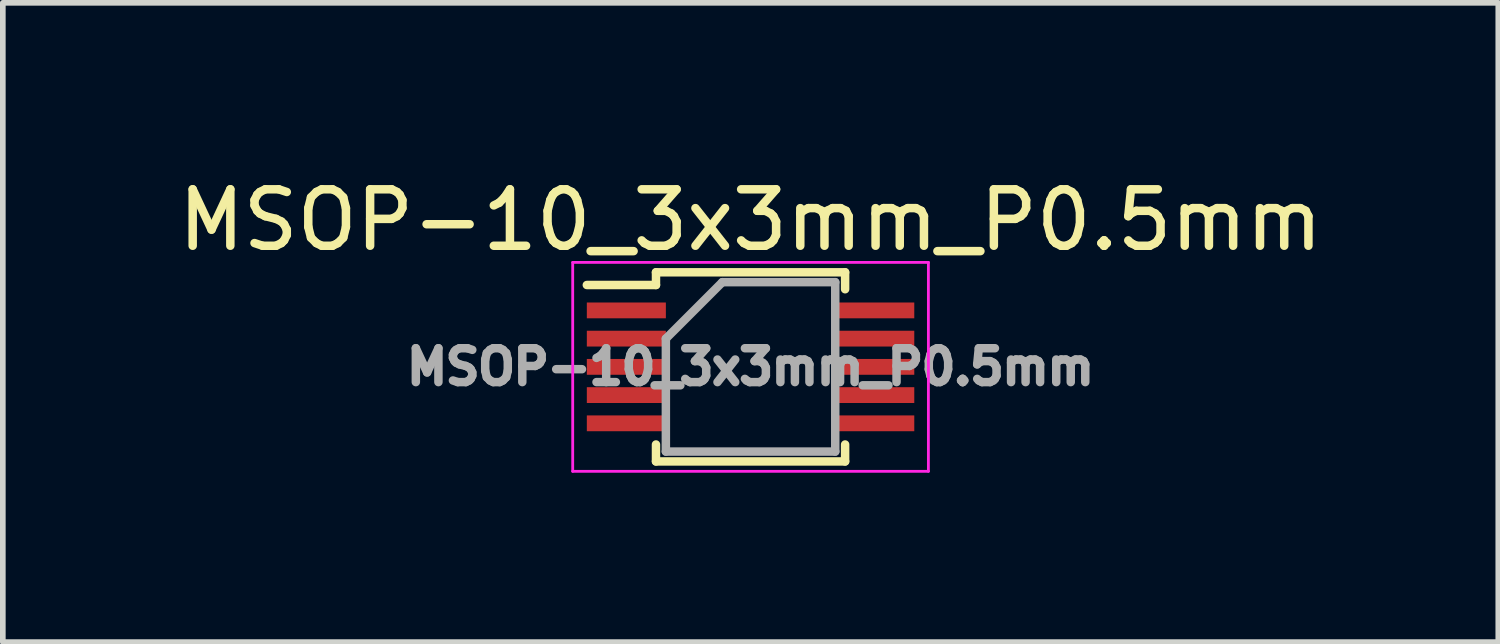
<source format=kicad_pcb>
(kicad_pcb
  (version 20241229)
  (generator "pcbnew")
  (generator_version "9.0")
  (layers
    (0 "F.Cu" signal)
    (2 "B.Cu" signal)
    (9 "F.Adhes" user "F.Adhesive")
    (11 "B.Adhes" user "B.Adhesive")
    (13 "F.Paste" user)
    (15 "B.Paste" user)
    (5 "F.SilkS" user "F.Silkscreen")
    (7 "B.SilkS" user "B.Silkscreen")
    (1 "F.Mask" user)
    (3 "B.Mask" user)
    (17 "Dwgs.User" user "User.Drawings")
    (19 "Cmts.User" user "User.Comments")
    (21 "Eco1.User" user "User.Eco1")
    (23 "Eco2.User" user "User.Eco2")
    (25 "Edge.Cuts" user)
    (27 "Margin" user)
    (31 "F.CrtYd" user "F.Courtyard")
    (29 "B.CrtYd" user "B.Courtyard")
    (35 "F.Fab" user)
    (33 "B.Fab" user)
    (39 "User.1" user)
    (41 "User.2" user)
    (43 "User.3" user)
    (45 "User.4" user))
  (footprint "MSOP-10_3x3mm_P0.5mm"
    (layer "F.Cu")
    (at 10.244 3.448)
    (property "Reference" "MSOP-10_3x3mm_P0.5mm" (at 0 -2.6 0) (layer "F.SilkS") (effects (font (size 1 1) (thickness 0.15))))
    (attr smd)
    (fp_line (start -1.675 -1.675) (end -1.675 -1.45) (stroke (width 0.15) (type solid)) (layer "F.SilkS"))
    (fp_line (start -1.675 -1.675) (end 1.675 -1.675) (stroke (width 0.15) (type solid)) (layer "F.SilkS"))
    (fp_line (start -1.675 -1.45) (end -2.9 -1.45) (stroke (width 0.15) (type solid)) (layer "F.SilkS"))
    (fp_line (start -1.675 1.675) (end -1.675 1.375) (stroke (width 0.15) (type solid)) (layer "F.SilkS"))
    (fp_line (start -1.675 1.675) (end 1.675 1.675) (stroke (width 0.15) (type solid)) (layer "F.SilkS"))
    (fp_line (start 1.675 -1.675) (end 1.675 -1.375) (stroke (width 0.15) (type solid)) (layer "F.SilkS"))
    (fp_line (start 1.675 1.675) (end 1.675 1.375) (stroke (width 0.15) (type solid)) (layer "F.SilkS"))
    (fp_line (start -3.15 -1.85) (end -3.15 1.85) (stroke (width 0.05) (type solid)) (layer "F.CrtYd"))
    (fp_line (start -3.15 -1.85) (end 3.15 -1.85) (stroke (width 0.05) (type solid)) (layer "F.CrtYd"))
    (fp_line (start -3.15 1.85) (end 3.15 1.85) (stroke (width 0.05) (type solid)) (layer "F.CrtYd"))
    (fp_line (start 3.15 -1.85) (end 3.15 1.85) (stroke (width 0.05) (type solid)) (layer "F.CrtYd"))
    (fp_line (start -1.5 -0.5) (end -0.5 -1.5) (stroke (width 0.15) (type solid)) (layer "F.Fab"))
    (fp_line (start -1.5 1.5) (end -1.5 -0.5) (stroke (width 0.15) (type solid)) (layer "F.Fab"))
    (fp_line (start -0.5 -1.5) (end 1.5 -1.5) (stroke (width 0.15) (type solid)) (layer "F.Fab"))
    (fp_line (start 1.5 -1.5) (end 1.5 1.5) (stroke (width 0.15) (type solid)) (layer "F.Fab"))
    (fp_line (start 1.5 1.5) (end -1.5 1.5) (stroke (width 0.15) (type solid)) (layer "F.Fab"))
    (fp_text user "${REFERENCE}" (at 0 0 0) (layer "F.Fab") (effects (font (size 0.6 0.6) (thickness 0.15))))
    (pad "1" smd rect (at -2.2 -1) (size 1.4 0.28) (layers "F.Cu" "F.Mask" "F.Paste"))
    (pad "2" smd rect (at -2.2 -0.5) (size 1.4 0.28) (layers "F.Cu" "F.Mask" "F.Paste"))
    (pad "3" smd rect (at -2.2 0) (size 1.4 0.28) (layers "F.Cu" "F.Mask" "F.Paste"))
    (pad "4" smd rect (at -2.2 0.5) (size 1.4 0.28) (layers "F.Cu" "F.Mask" "F.Paste"))
    (pad "5" smd rect (at -2.2 1) (size 1.4 0.28) (layers "F.Cu" "F.Mask" "F.Paste"))
    (pad "6" smd rect (at 2.2 1) (size 1.4 0.28) (layers "F.Cu" "F.Mask" "F.Paste"))
    (pad "7" smd rect (at 2.2 0.5) (size 1.4 0.28) (layers "F.Cu" "F.Mask" "F.Paste"))
    (pad "8" smd rect (at 2.2 0) (size 1.4 0.28) (layers "F.Cu" "F.Mask" "F.Paste"))
    (pad "9" smd rect (at 2.2 -0.5) (size 1.4 0.28) (layers "F.Cu" "F.Mask" "F.Paste"))
    (pad "10" smd rect (at 2.2 -1) (size 1.4 0.28) (layers "F.Cu" "F.Mask" "F.Paste")))
  (gr_rect
    (start -3 -3)
    (end 23.488 8.323)
    (stroke (width 0.1) (type default))
    (fill no)
    (layer "Edge.Cuts")))
</source>
